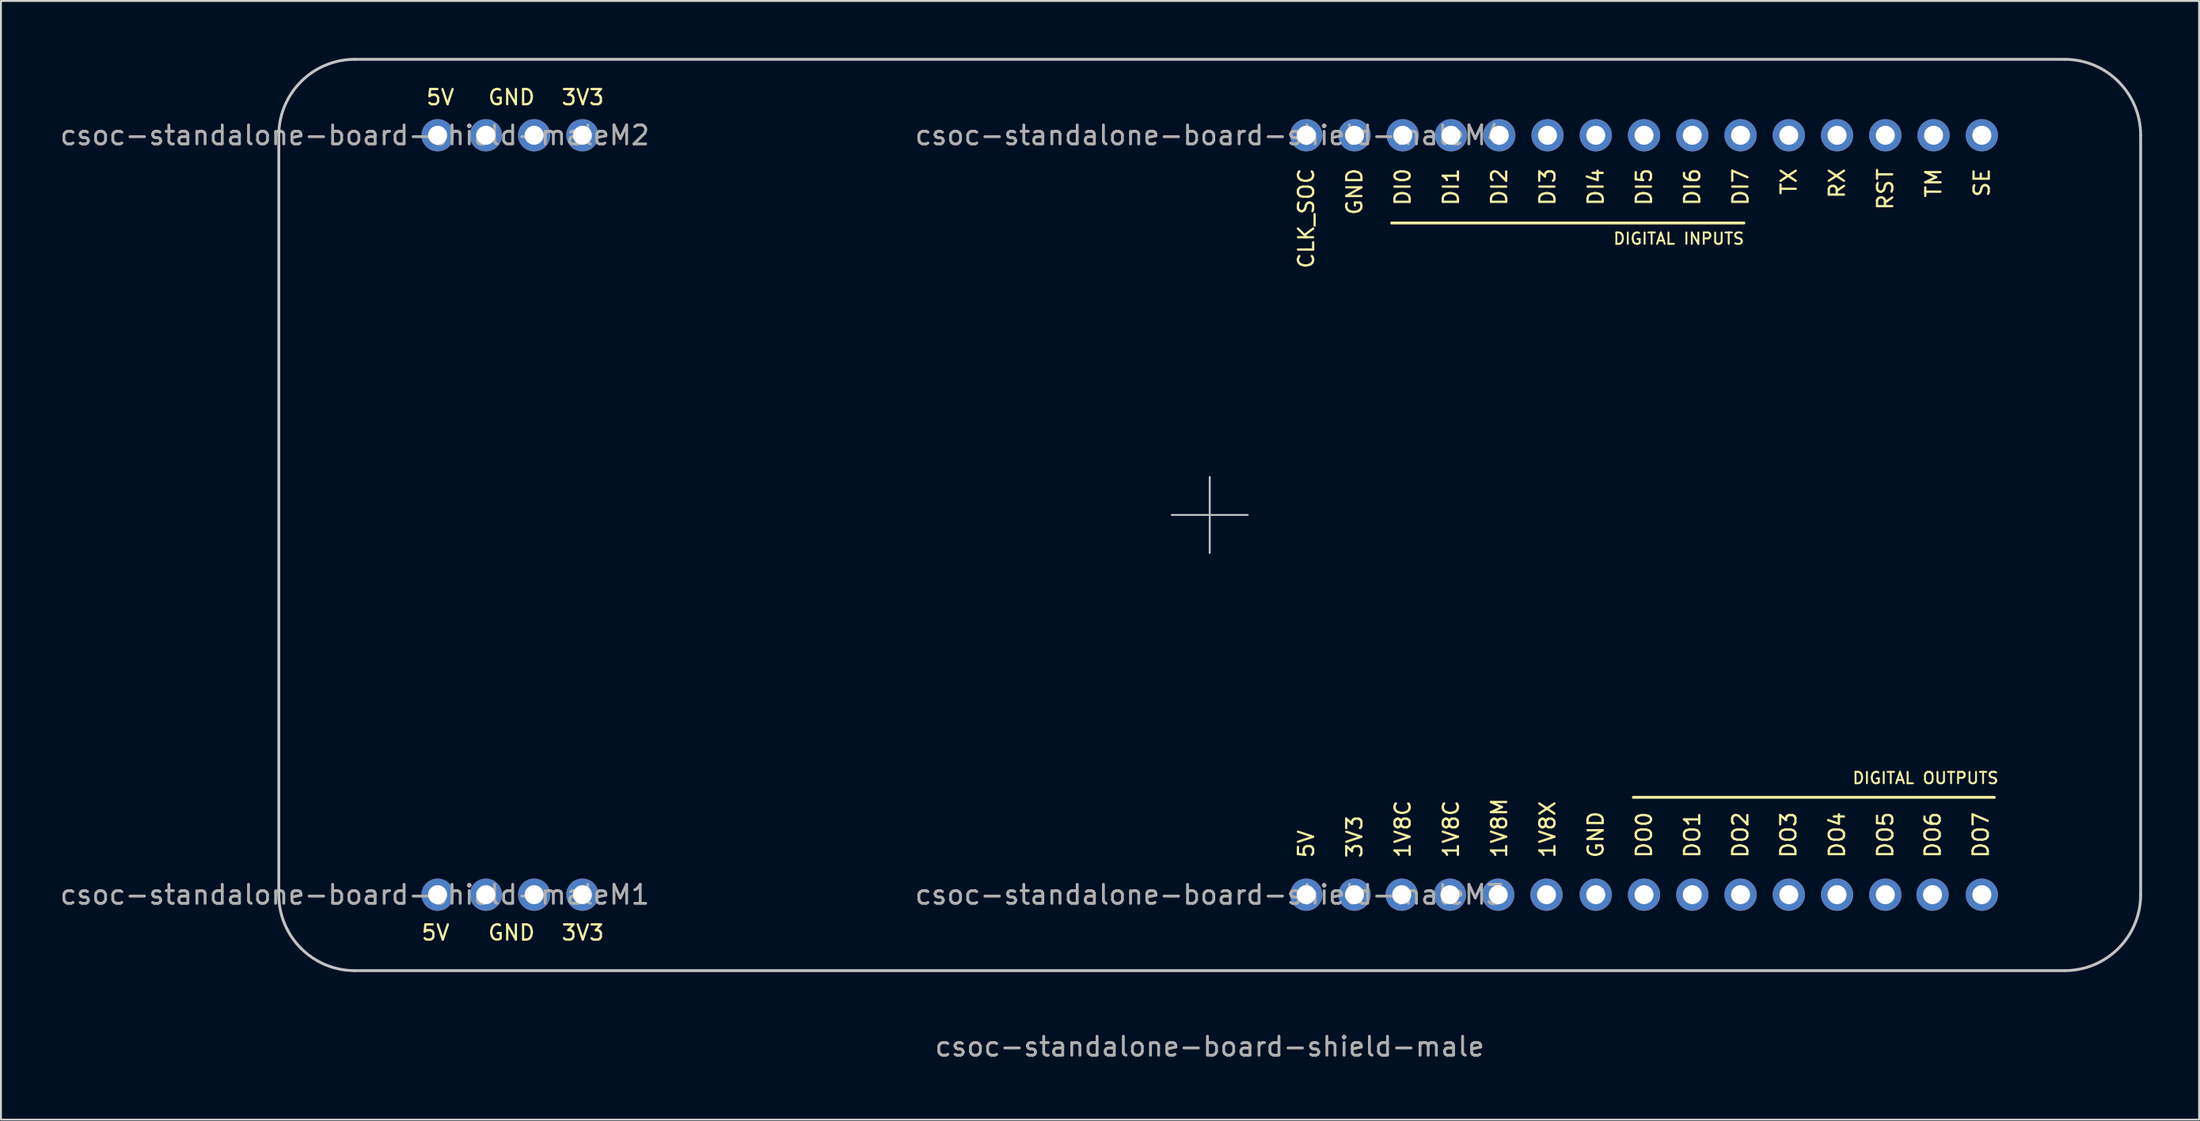
<source format=kicad_pcb>
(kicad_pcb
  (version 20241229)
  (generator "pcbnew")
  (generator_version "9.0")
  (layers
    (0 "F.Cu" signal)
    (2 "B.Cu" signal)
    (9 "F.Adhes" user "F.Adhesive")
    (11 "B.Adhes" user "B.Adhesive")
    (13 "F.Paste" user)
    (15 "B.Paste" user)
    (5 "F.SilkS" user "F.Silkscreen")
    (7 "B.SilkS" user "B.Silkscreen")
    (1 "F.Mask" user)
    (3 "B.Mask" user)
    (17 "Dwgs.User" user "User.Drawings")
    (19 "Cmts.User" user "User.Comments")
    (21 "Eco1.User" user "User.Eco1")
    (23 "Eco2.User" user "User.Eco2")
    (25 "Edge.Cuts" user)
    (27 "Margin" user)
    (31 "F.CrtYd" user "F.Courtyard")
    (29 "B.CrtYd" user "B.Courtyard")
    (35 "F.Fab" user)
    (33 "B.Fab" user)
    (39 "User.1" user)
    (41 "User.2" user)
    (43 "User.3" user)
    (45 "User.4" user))
  (footprint "csoc-standalone-board-shield-male"
    (layer "F.Cu")
    (at 60.625 24.075)
    (property "Reference" "csoc-standalone-board-shield-male" (at 0 28 180) (layer "F.Fab") (effects (font (size 1 1) (thickness 0.15))))
    (attr exclude_from_pos_files exclude_from_bom)
    (fp_line (start 9.576 -15.379) (end 28.118 -15.379) (stroke (width 0.15) (type solid)) (layer "F.SilkS"))
    (fp_line (start 22.805 18.107) (end 22.805 18.107) (stroke (width 0.01) (type solid)) (layer "F.SilkS"))
    (fp_line (start 22.805 18.107) (end 22.805 18.107) (stroke (width 0.01) (type solid)) (layer "F.SilkS"))
    (fp_line (start 27.618 -14.236) (end 27.618 -14.236) (stroke (width 0.01) (type solid)) (layer "F.SilkS"))
    (fp_line (start 41.296 14.873) (end 22.296 14.873) (stroke (width 0.15) (type solid)) (layer "F.SilkS"))
    (fp_line (start -49 -20) (end -49 20) (stroke (width 0.15) (type solid)) (layer "Dwgs.User"))
    (fp_line (start -2 0) (end 2 0) (stroke (width 0.1) (type solid)) (layer "Dwgs.User"))
    (fp_line (start 0 -2) (end 0 2) (stroke (width 0.1) (type solid)) (layer "Dwgs.User"))
    (fp_line (start 45 -24) (end -45 -24) (stroke (width 0.15) (type solid)) (layer "Dwgs.User"))
    (fp_line (start 45 24) (end -45 24) (stroke (width 0.15) (type solid)) (layer "Dwgs.User"))
    (fp_line (start 49 -20) (end 49 20) (stroke (width 0.15) (type solid)) (layer "Dwgs.User"))
    (fp_arc (start -49 -20) (mid -47.828427 -22.828427) (end -45 -24) (stroke (width 0.15) (type solid)) (layer "Dwgs.User"))
    (fp_arc (start -45 24) (mid -47.828427 22.828427) (end -49 20) (stroke (width 0.15) (type solid)) (layer "Dwgs.User"))
    (fp_arc (start 45 -24) (mid 47.828427 -22.828427) (end 49 -20) (stroke (width 0.15) (type solid)) (layer "Dwgs.User"))
    (fp_arc (start 49 20) (mid 47.828427 22.828427) (end 45 24) (stroke (width 0.15) (type solid)) (layer "Dwgs.User"))
    (fp_text user "DI5" (at 22.86 -17.278 90) (layer "F.SilkS") (effects (font (size 0.8 0.8) (thickness 0.12))))
    (fp_text user "3V3" (at -33 -22 180) (layer "F.SilkS") (effects (font (size 0.8 0.8) (thickness 0.12))))
    (fp_text user "5V" (at -40.5 -22 180) (layer "F.SilkS") (effects (font (size 0.8 0.8) (thickness 0.12))))
    (fp_text user "DO5" (at 35.56 16.852 90) (layer "F.SilkS") (effects (font (size 0.8 0.8) (thickness 0.12))))
    (fp_text user "TM" (at 38.1 -17.487 90) (layer "F.SilkS") (effects (font (size 0.8 0.8) (thickness 0.12))))
    (fp_text user "1V8C" (at 10.16 16.547 90) (layer "F.SilkS") (effects (font (size 0.8 0.8) (thickness 0.12))))
    (fp_text user "GND" (at 20.32 16.833 90) (layer "F.SilkS") (effects (font (size 0.8 0.8) (thickness 0.12))))
    (fp_text user "1V8C" (at 12.7 16.547 90) (layer "F.SilkS") (effects (font (size 0.8 0.8) (thickness 0.12))))
    (fp_text user "3V3" (at -33 22 180) (layer "F.SilkS") (effects (font (size 0.8 0.8) (thickness 0.12))))
    (fp_text user "DI3" (at 17.78 -17.278 90) (layer "F.SilkS") (effects (font (size 0.8 0.8) (thickness 0.12))))
    (fp_text user "GND" (at 7.62 -17.03 90) (layer "F.SilkS") (effects (font (size 0.8 0.8) (thickness 0.12))))
    (fp_text user "DO2" (at 27.933 16.852 90) (layer "F.SilkS") (effects (font (size 0.8 0.8) (thickness 0.12))))
    (fp_text user "SE" (at 40.64 -17.506 90) (layer "F.SilkS") (effects (font (size 0.8 0.8) (thickness 0.12))))
    (fp_text user "1V8M" (at 15.24 16.49 90) (layer "F.SilkS") (effects (font (size 0.8 0.8) (thickness 0.12))))
    (fp_text user "3V3" (at 7.62 16.947 90) (layer "F.SilkS") (effects (font (size 0.8 0.8) (thickness 0.12))))
    (fp_text user "DIGITAL INPUTS" (at 24.689 -14.554 180) (layer "F.SilkS") (effects (font (size 0.6 0.6) (thickness 0.1))))
    (fp_text user "DI0" (at 10.16 -17.278 90) (layer "F.SilkS") (effects (font (size 0.8 0.8) (thickness 0.12))))
    (fp_text user "DO4" (at 33.02 16.852 90) (layer "F.SilkS") (effects (font (size 0.8 0.8) (thickness 0.12))))
    (fp_text user "DO0" (at 22.86 16.852 90) (layer "F.SilkS") (effects (font (size 0.8 0.8) (thickness 0.12))))
    (fp_text user "DI6" (at 25.4 -17.278 90) (layer "F.SilkS") (effects (font (size 0.8 0.8) (thickness 0.12))))
    (fp_text user "DI7" (at 27.94 -17.278 90) (layer "F.SilkS") (effects (font (size 0.8 0.8) (thickness 0.12))))
    (fp_text user "1V8X" (at 17.78 16.566 90) (layer "F.SilkS") (effects (font (size 0.8 0.8) (thickness 0.12))))
    (fp_text user "DI4" (at 20.32 -17.278 90) (layer "F.SilkS") (effects (font (size 0.8 0.8) (thickness 0.12))))
    (fp_text user "DO3" (at 30.464 16.852 90) (layer "F.SilkS") (effects (font (size 0.8 0.8) (thickness 0.12))))
    (fp_text user "RST" (at 35.56 -17.163 90) (layer "F.SilkS") (effects (font (size 0.8 0.8) (thickness 0.12))))
    (fp_text user "DO1" (at 25.4 16.852 90) (layer "F.SilkS") (effects (font (size 0.8 0.8) (thickness 0.12))))
    (fp_text user "GND" (at -36.75 -22 180) (layer "F.SilkS") (effects (font (size 0.8 0.8) (thickness 0.12))))
    (fp_text user "CLK_SOC" (at 5.08 -15.62 90) (layer "F.SilkS") (effects (font (size 0.8 0.8) (thickness 0.12))))
    (fp_text user "DI1" (at 12.7 -17.278 90) (layer "F.SilkS") (effects (font (size 0.8 0.8) (thickness 0.12))))
    (fp_text user "5V" (at -40.75 22 180) (layer "F.SilkS") (effects (font (size 0.8 0.8) (thickness 0.12))))
    (fp_text user "5V" (at 5.08 17.328 90) (layer "F.SilkS") (effects (font (size 0.8 0.8) (thickness 0.12))))
    (fp_text user "DO6" (at 38.058 16.852 90) (layer "F.SilkS") (effects (font (size 0.8 0.8) (thickness 0.12))))
    (fp_text user "DI2" (at 15.24 -17.278 90) (layer "F.SilkS") (effects (font (size 0.8 0.8) (thickness 0.12))))
    (fp_text user "TX" (at 30.48 -17.563 90) (layer "F.SilkS") (effects (font (size 0.8 0.8) (thickness 0.12))))
    (fp_text user "RX" (at 33.02 -17.468 90) (layer "F.SilkS") (effects (font (size 0.8 0.8) (thickness 0.12))))
    (fp_text user "DO7" (at 40.589 16.852 90) (layer "F.SilkS") (effects (font (size 0.8 0.8) (thickness 0.12))))
    (fp_text user "DIGITAL OUTPUTS" (at 37.677 13.857 180) (layer "F.SilkS") (effects (font (size 0.6 0.6) (thickness 0.1))))
    (fp_text user "GND" (at -36.75 22 180) (layer "F.SilkS") (effects (font (size 0.8 0.8) (thickness 0.12))))
    (fp_text user "${REFERENCE}M2" (at -45 -20 180) (layer "F.Fab") (effects (font (size 1 1) (thickness 0.15))))
    (fp_text user "${REFERENCE}M1" (at -45 20 180) (layer "F.Fab") (effects (font (size 1 1) (thickness 0.15))))
    (fp_text user "${REFERENCE}M3" (at 0 20 180) (layer "F.Fab") (effects (font (size 1 1) (thickness 0.15))))
    (fp_text user "${REFERENCE}M4" (at 0 -20 180) (layer "F.Fab") (effects (font (size 1 1) (thickness 0.15))))
    (pad "1" thru_hole oval (at -40.64 -20 90) (size 1.7 1.7) (drill 1) (layers "*.Cu" "*.Mask"))
    (pad "1" thru_hole oval (at -40.64 20 90) (size 1.7 1.7) (drill 1) (layers "*.Cu" "*.Mask"))
    (pad "1" thru_hole oval (at 5.08 20 90) (size 1.7 1.7) (drill 1) (layers "*.Cu" "*.Mask"))
    (pad "2" thru_hole oval (at -33.02 -20 90) (size 1.7 1.7) (drill 1) (layers "*.Cu" "*.Mask"))
    (pad "2" thru_hole oval (at -33.02 20 90) (size 1.7 1.7) (drill 1) (layers "*.Cu" "*.Mask"))
    (pad "2" thru_hole oval (at 7.62 20 90) (size 1.7 1.7) (drill 1) (layers "*.Cu" "*.Mask"))
    (pad "3" thru_hole oval (at 10.105 20 90) (size 1.7 1.7) (drill 1) (layers "*.Cu" "*.Mask"))
    (pad "4" thru_hole oval (at 12.645 20 90) (size 1.7 1.7) (drill 1) (layers "*.Cu" "*.Mask"))
    (pad "5" thru_hole oval (at 15.185 20 90) (size 1.7 1.7) (drill 1) (layers "*.Cu" "*.Mask"))
    (pad "6" thru_hole oval (at 17.725 20 90) (size 1.7 1.7) (drill 1) (layers "*.Cu" "*.Mask"))
    (pad "7" thru_hole oval (at 20.32 20 90) (size 1.7 1.7) (drill 1) (layers "*.Cu" "*.Mask"))
    (pad "8" thru_hole oval (at 22.86 20 90) (size 1.7 1.7) (drill 1) (layers "*.Cu" "*.Mask"))
    (pad "9" thru_hole oval (at 25.4 20 90) (size 1.7 1.7) (drill 1) (layers "*.Cu" "*.Mask"))
    (pad "10" thru_hole oval (at 27.94 20 90) (size 1.7 1.7) (drill 1) (layers "*.Cu" "*.Mask"))
    (pad "11" thru_hole oval (at 30.48 20 90) (size 1.7 1.7) (drill 1) (layers "*.Cu" "*.Mask"))
    (pad "12" thru_hole oval (at 33.02 20 90) (size 1.7 1.7) (drill 1) (layers "*.Cu" "*.Mask"))
    (pad "13" thru_hole oval (at 35.56 20 90) (size 1.7 1.7) (drill 1) (layers "*.Cu" "*.Mask"))
    (pad "14" thru_hole oval (at 38.045 20 90) (size 1.7 1.7) (drill 1) (layers "*.Cu" "*.Mask"))
    (pad "15" thru_hole oval (at 40.64 20 90) (size 1.7 1.7) (drill 1) (layers "*.Cu" "*.Mask"))
    (pad "16" thru_hole oval (at 40.64 -20 90) (size 1.7 1.7) (drill 1) (layers "*.Cu" "*.Mask"))
    (pad "17" thru_hole oval (at 38.1 -20 90) (size 1.7 1.7) (drill 1) (layers "*.Cu" "*.Mask"))
    (pad "18" thru_hole oval (at 35.56 -20 90) (size 1.7 1.7) (drill 1) (layers "*.Cu" "*.Mask"))
    (pad "19" thru_hole oval (at 33.02 -20 90) (size 1.7 1.7) (drill 1) (layers "*.Cu" "*.Mask"))
    (pad "20" thru_hole oval (at 30.48 -20 90) (size 1.7 1.7) (drill 1) (layers "*.Cu" "*.Mask"))
    (pad "21" thru_hole oval (at 27.94 -20 90) (size 1.7 1.7) (drill 1) (layers "*.Cu" "*.Mask"))
    (pad "22" thru_hole oval (at 25.4 -20 90) (size 1.7 1.7) (drill 1) (layers "*.Cu" "*.Mask"))
    (pad "23" thru_hole oval (at 22.86 -20 90) (size 1.7 1.7) (drill 1) (layers "*.Cu" "*.Mask"))
    (pad "24" thru_hole oval (at 20.32 -20 90) (size 1.7 1.7) (drill 1) (layers "*.Cu" "*.Mask"))
    (pad "25" thru_hole oval (at 17.78 -20 90) (size 1.7 1.7) (drill 1) (layers "*.Cu" "*.Mask"))
    (pad "26" thru_hole oval (at 15.24 -20 90) (size 1.7 1.7) (drill 1) (layers "*.Cu" "*.Mask"))
    (pad "27" thru_hole oval (at 12.7 -20 90) (size 1.7 1.7) (drill 1) (layers "*.Cu" "*.Mask"))
    (pad "28" thru_hole oval (at 10.16 -20 90) (size 1.7 1.7) (drill 1) (layers "*.Cu" "*.Mask"))
    (pad "29" thru_hole oval (at -38.1 -20 90) (size 1.7 1.7) (drill 1) (layers "*.Cu" "*.Mask"))
    (pad "29" thru_hole oval (at -38.1 20 90) (size 1.7 1.7) (drill 1) (layers "*.Cu" "*.Mask"))
    (pad "29" thru_hole oval (at -35.56 -20 90) (size 1.7 1.7) (drill 1) (layers "*.Cu" "*.Mask"))
    (pad "29" thru_hole oval (at -35.56 20 90) (size 1.7 1.7) (drill 1) (layers "*.Cu" "*.Mask"))
    (pad "29" thru_hole oval (at 7.62 -20 90) (size 1.7 1.7) (drill 1) (layers "*.Cu" "*.Mask"))
    (pad "30" thru_hole oval (at 5.08 -20 90) (size 1.7 1.7) (drill 1) (layers "*.Cu" "*.Mask")))
  (gr_rect
    (start -3 -3)
    (end 112.7 55.923)
    (stroke (width 0.1) (type default))
    (fill no)
    (layer "Edge.Cuts")))
</source>
